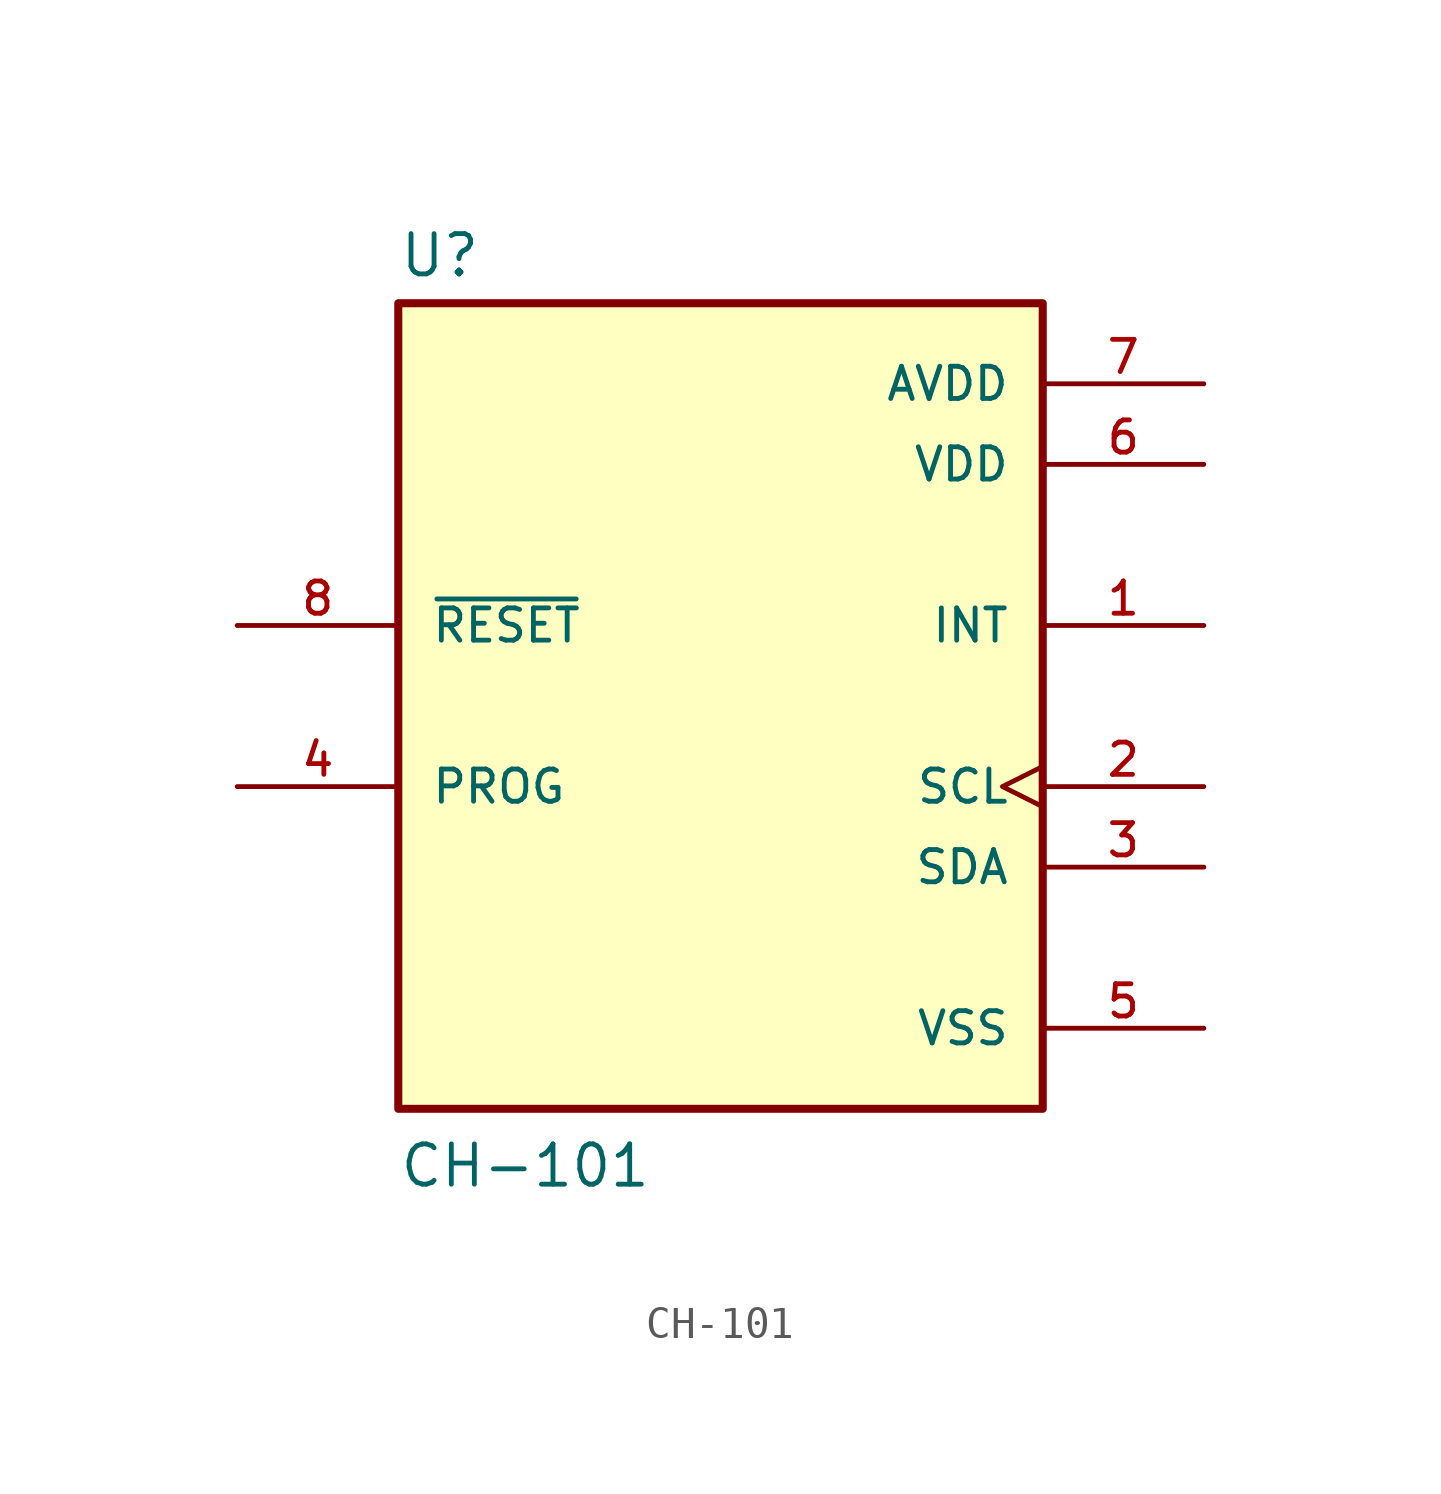
<source format=kicad_sym>
(kicad_symbol_lib
  (version 20211014)
  (generator kicad_symbol_editor)
  (symbol "CH-101"
    (pin_names
      (offset 1.016))
    (property "Reference" "U"
      (at -10.16 13.462 0)
      (effects (font (size 1.27 1.27)) (justify bottom left)))
    (property "Value" "CH-101"
      (at -10.16 -15.24 0)
      (effects (font (size 1.27 1.27)) (justify bottom left)))
    (symbol "CH-101_0_0"
      (rectangle (start -10.16 -12.7) (end 10.16 12.7) (stroke (width 0.254)) (fill (type background)))
      (pin output line (at 15.24 2.54 180.0) (length 5.08) (name "INT" (effects (font (size 1.016 1.016)))) (number "1" (effects (font (size 1.016 1.016)))))
      (pin input clock (at 15.24 -2.54 180.0) (length 5.08) (name "SCL" (effects (font (size 1.016 1.016)))) (number "2" (effects (font (size 1.016 1.016)))))
      (pin bidirectional line (at 15.24 -5.08 180.0) (length 5.08) (name "SDA" (effects (font (size 1.016 1.016)))) (number "3" (effects (font (size 1.016 1.016)))))
      (pin input line (at -15.24 -2.54 0) (length 5.08) (name "PROG" (effects (font (size 1.016 1.016)))) (number "4" (effects (font (size 1.016 1.016)))))
      (pin power_in line (at 15.24 -10.16 180.0) (length 5.08) (name "VSS" (effects (font (size 1.016 1.016)))) (number "5" (effects (font (size 1.016 1.016)))))
      (pin power_in line (at 15.24 7.62 180.0) (length 5.08) (name "VDD" (effects (font (size 1.016 1.016)))) (number "6" (effects (font (size 1.016 1.016)))))
      (pin power_in line (at 15.24 10.16 180.0) (length 5.08) (name "AVDD" (effects (font (size 1.016 1.016)))) (number "7" (effects (font (size 1.016 1.016)))))
      (pin input line (at -15.24 2.54 0) (length 5.08) (name "~{RESET}" (effects (font (size 1.016 1.016)))) (number "8" (effects (font (size 1.016 1.016))))))))
</source>
